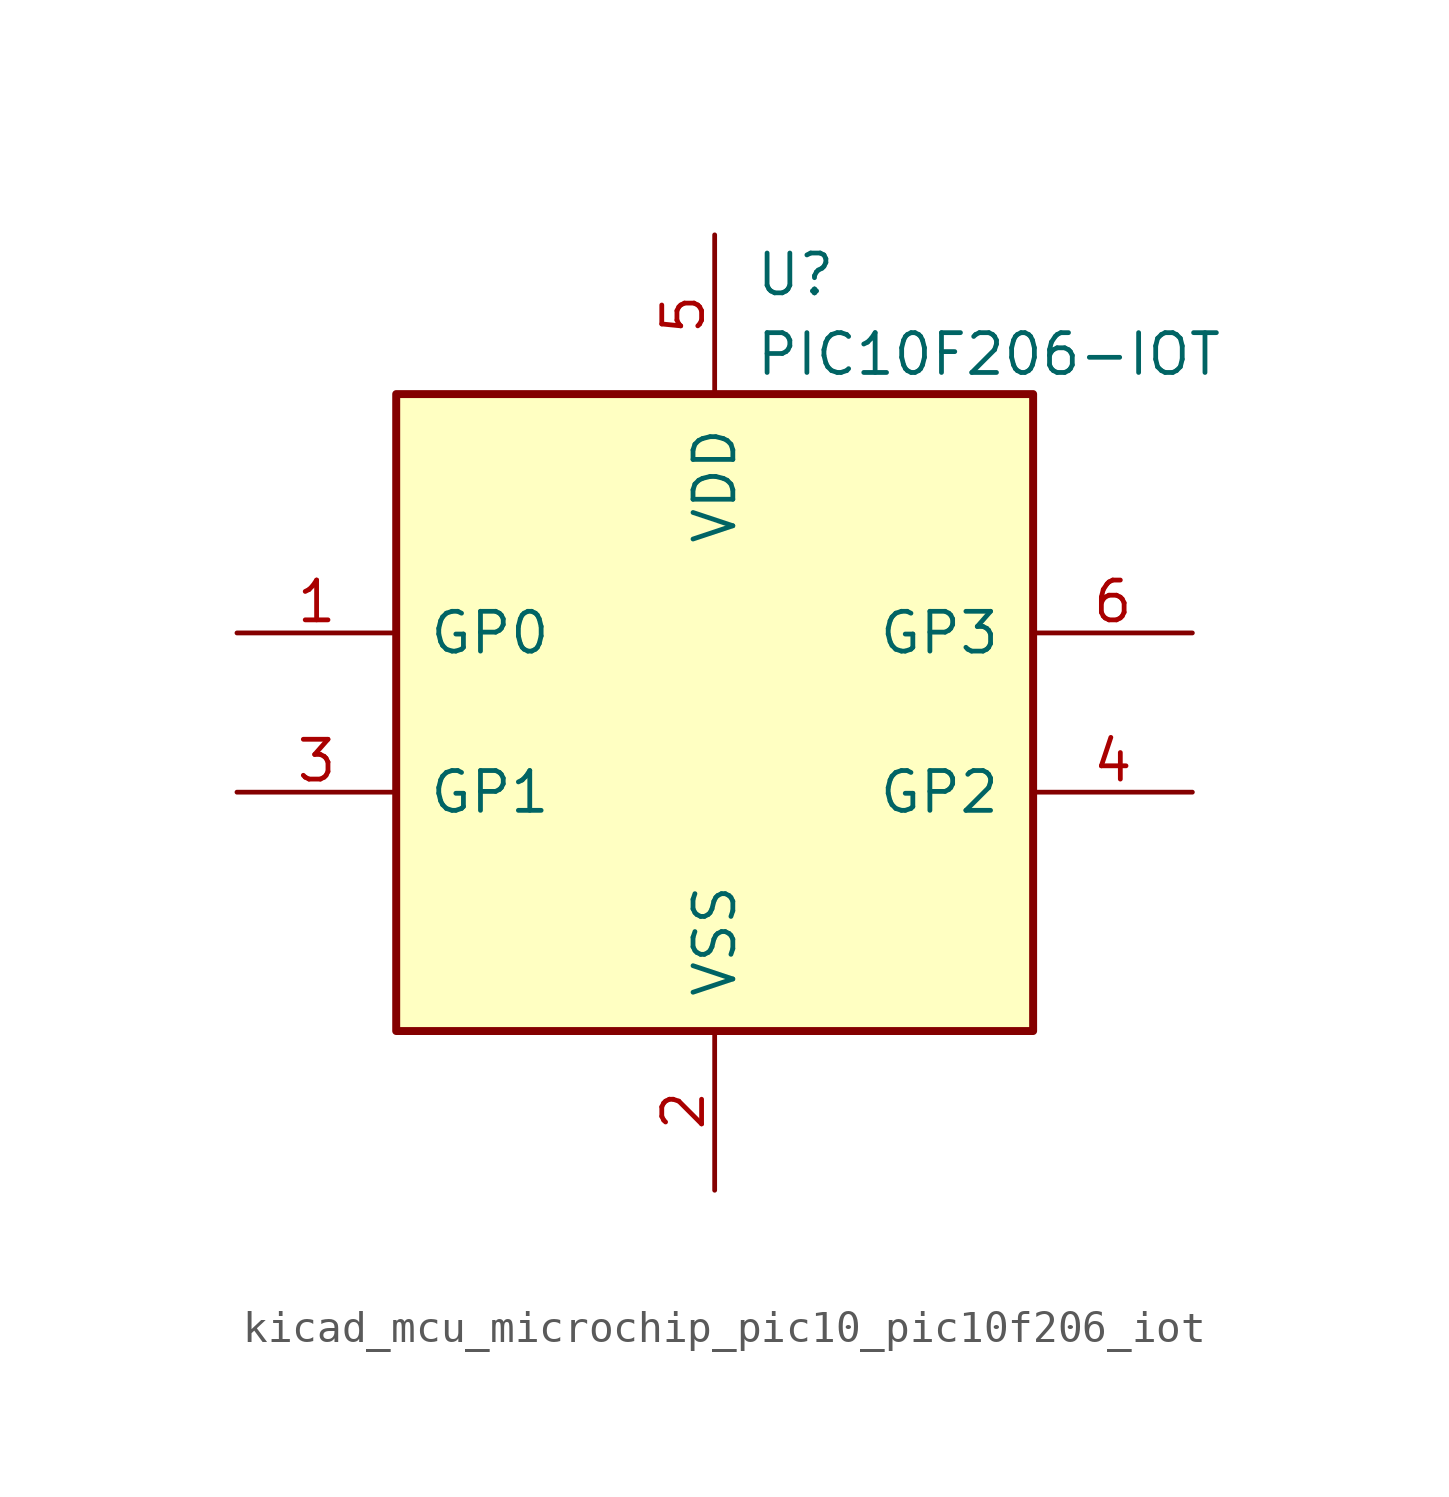
<source format=kicad_sym>
(kicad_symbol_lib
  (version 20220914)
  (generator kicad_symbol_editor)
  (symbol "kicad_mcu_microchip_pic10_pic10f206_iot"
    (pin_names
      (offset 1.016))
    (property "Reference" "U"
      (at 1.27 13.97 0)
      (effects (font (size 1.27 1.27)) (justify left)))
    (property "Value" "PIC10F206-IOT"
      (at 1.27 11.43 0)
      (effects (font (size 1.27 1.27)) (justify left)))
    (symbol "kicad_mcu_microchip_pic10_pic10f206_iot_0_1"
      (rectangle (start -10.16 10.16) (end 10.16 -10.16) (stroke (width 0.254) (type default)) (fill (type background))))
    (symbol "kicad_mcu_microchip_pic10_pic10f206_iot_1_1"
      (pin bidirectional line (at -15.24 2.54 0) (length 5.08) (name "GP0" (effects (font (size 1.27 1.27)))) (number "1" (effects (font (size 1.27 1.27)))))
      (pin power_in line (at 0 -15.24 90) (length 5.08) (name "VSS" (effects (font (size 1.27 1.27)))) (number "2" (effects (font (size 1.27 1.27)))))
      (pin bidirectional line (at -15.24 -2.54 0) (length 5.08) (name "GP1" (effects (font (size 1.27 1.27)))) (number "3" (effects (font (size 1.27 1.27)))))
      (pin bidirectional line (at 15.24 -2.54 180) (length 5.08) (name "GP2" (effects (font (size 1.27 1.27)))) (number "4" (effects (font (size 1.27 1.27)))))
      (pin power_in line (at 0 15.24 270) (length 5.08) (name "VDD" (effects (font (size 1.27 1.27)))) (number "5" (effects (font (size 1.27 1.27)))))
      (pin input line (at 15.24 2.54 180) (length 5.08) (name "GP3" (effects (font (size 1.27 1.27)))) (number "6" (effects (font (size 1.27 1.27))))))))
</source>
